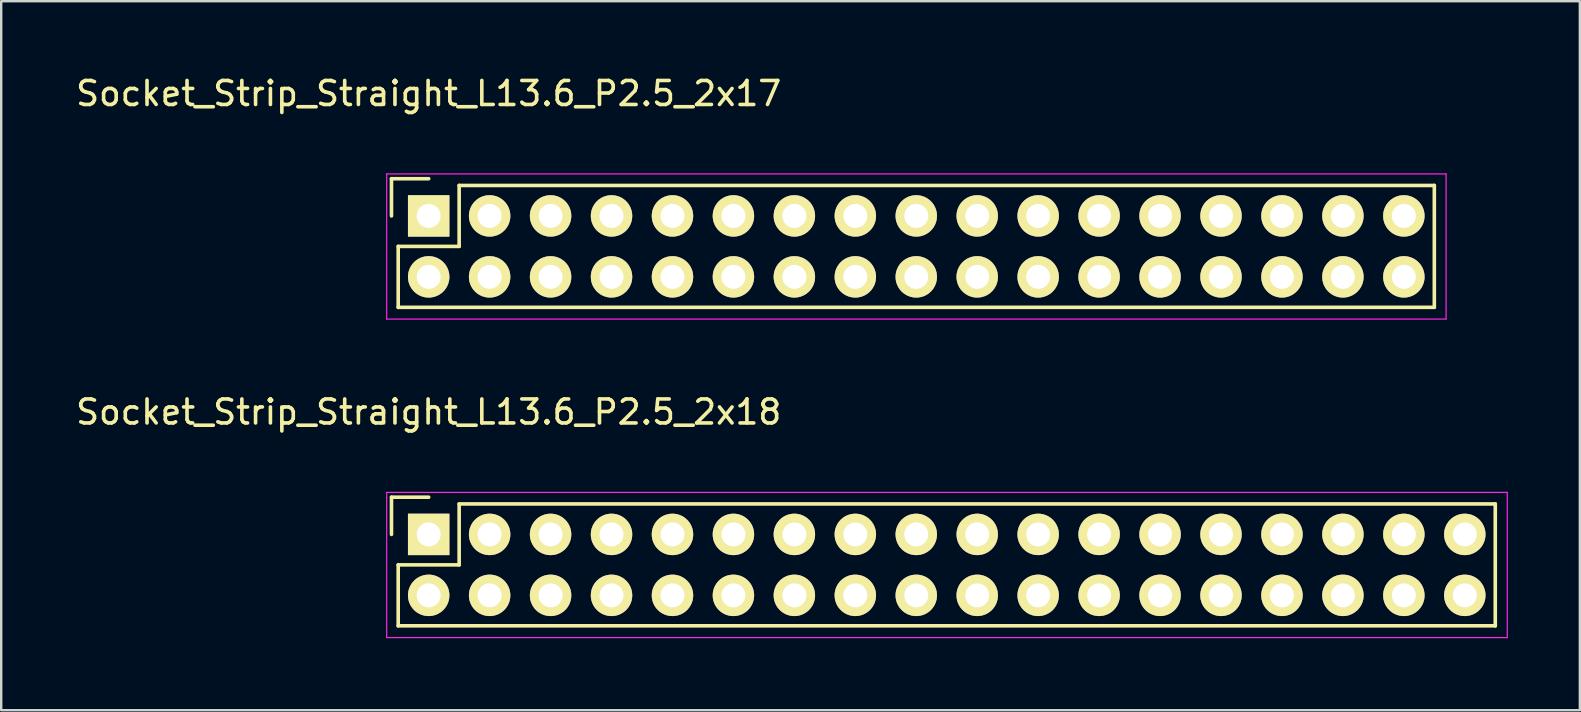
<source format=kicad_pcb>
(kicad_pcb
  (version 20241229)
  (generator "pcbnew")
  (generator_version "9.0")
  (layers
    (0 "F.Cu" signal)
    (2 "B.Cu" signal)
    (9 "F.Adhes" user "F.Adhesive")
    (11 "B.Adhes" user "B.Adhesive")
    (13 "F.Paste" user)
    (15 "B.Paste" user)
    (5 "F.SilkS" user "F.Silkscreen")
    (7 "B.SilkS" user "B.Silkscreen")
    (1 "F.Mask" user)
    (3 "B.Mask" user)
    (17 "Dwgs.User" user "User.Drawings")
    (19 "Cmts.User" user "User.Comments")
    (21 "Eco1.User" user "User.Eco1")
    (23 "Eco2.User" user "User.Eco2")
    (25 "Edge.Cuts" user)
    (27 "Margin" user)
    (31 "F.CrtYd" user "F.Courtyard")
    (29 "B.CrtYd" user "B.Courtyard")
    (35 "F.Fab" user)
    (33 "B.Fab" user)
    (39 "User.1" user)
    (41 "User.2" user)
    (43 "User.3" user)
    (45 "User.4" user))
  (footprint "Socket_Strip_Straight_L13.6_P2.5_2x18"
    (layer "F.Cu")
    (at 14.815 19.221)
    (property "Reference" "Socket_Strip_Straight_L13.6_P2.5_2x18" (at 0 -5.1 0) (layer "F.SilkS") (effects (font (size 1 1) (thickness 0.15))))
    (attr through_hole)
    (fp_line (start -1.55 -1.55) (end -1.55 0) (stroke (width 0.15) (type solid)) (layer "F.SilkS"))
    (fp_line (start -1.27 1.27) (end 1.27 1.27) (stroke (width 0.15) (type solid)) (layer "F.SilkS"))
    (fp_line (start -1.27 3.81) (end -1.27 1.27) (stroke (width 0.15) (type solid)) (layer "F.SilkS"))
    (fp_line (start -1.27 3.81) (end 44.45 3.81) (stroke (width 0.15) (type solid)) (layer "F.SilkS"))
    (fp_line (start 0 -1.55) (end -1.55 -1.55) (stroke (width 0.15) (type solid)) (layer "F.SilkS"))
    (fp_line (start 1.27 1.27) (end 1.27 -1.27) (stroke (width 0.15) (type solid)) (layer "F.SilkS"))
    (fp_line (start 44.45 -1.27) (end 1.27 -1.27) (stroke (width 0.15) (type solid)) (layer "F.SilkS"))
    (fp_line (start 44.45 3.81) (end 44.45 -1.27) (stroke (width 0.15) (type solid)) (layer "F.SilkS"))
    (fp_line (start -1.75 -1.75) (end -1.75 4.3) (stroke (width 0.05) (type solid)) (layer "F.CrtYd"))
    (fp_line (start -1.75 -1.75) (end 44.95 -1.75) (stroke (width 0.05) (type solid)) (layer "F.CrtYd"))
    (fp_line (start -1.75 4.3) (end 44.95 4.3) (stroke (width 0.05) (type solid)) (layer "F.CrtYd"))
    (fp_line (start 44.95 -1.75) (end 44.95 4.3) (stroke (width 0.05) (type solid)) (layer "F.CrtYd"))
    (pad "1" thru_hole rect (at 0 0) (size 1.727 1.727) (drill 1) (layers "*.Cu" "*.Mask" "F.SilkS"))
    (pad "2" thru_hole oval (at 0 2.54) (size 1.727 1.727) (drill 1) (layers "*.Cu" "*.Mask" "F.SilkS"))
    (pad "3" thru_hole oval (at 2.54 0) (size 1.727 1.727) (drill 1) (layers "*.Cu" "*.Mask" "F.SilkS"))
    (pad "4" thru_hole oval (at 2.54 2.54) (size 1.727 1.727) (drill 1) (layers "*.Cu" "*.Mask" "F.SilkS"))
    (pad "5" thru_hole oval (at 5.08 0) (size 1.727 1.727) (drill 1) (layers "*.Cu" "*.Mask" "F.SilkS"))
    (pad "6" thru_hole oval (at 5.08 2.54) (size 1.727 1.727) (drill 1) (layers "*.Cu" "*.Mask" "F.SilkS"))
    (pad "7" thru_hole oval (at 7.62 0) (size 1.727 1.727) (drill 1) (layers "*.Cu" "*.Mask" "F.SilkS"))
    (pad "8" thru_hole oval (at 7.62 2.54) (size 1.727 1.727) (drill 1) (layers "*.Cu" "*.Mask" "F.SilkS"))
    (pad "9" thru_hole oval (at 10.16 0) (size 1.727 1.727) (drill 1) (layers "*.Cu" "*.Mask" "F.SilkS"))
    (pad "10" thru_hole oval (at 10.16 2.54) (size 1.727 1.727) (drill 1) (layers "*.Cu" "*.Mask" "F.SilkS"))
    (pad "11" thru_hole oval (at 12.7 0) (size 1.727 1.727) (drill 1) (layers "*.Cu" "*.Mask" "F.SilkS"))
    (pad "12" thru_hole oval (at 12.7 2.54) (size 1.727 1.727) (drill 1) (layers "*.Cu" "*.Mask" "F.SilkS"))
    (pad "13" thru_hole oval (at 15.24 0) (size 1.727 1.727) (drill 1) (layers "*.Cu" "*.Mask" "F.SilkS"))
    (pad "14" thru_hole oval (at 15.24 2.54) (size 1.727 1.727) (drill 1) (layers "*.Cu" "*.Mask" "F.SilkS"))
    (pad "15" thru_hole oval (at 17.78 0) (size 1.727 1.727) (drill 1) (layers "*.Cu" "*.Mask" "F.SilkS"))
    (pad "16" thru_hole oval (at 17.78 2.54) (size 1.727 1.727) (drill 1) (layers "*.Cu" "*.Mask" "F.SilkS"))
    (pad "17" thru_hole oval (at 20.32 0) (size 1.727 1.727) (drill 1) (layers "*.Cu" "*.Mask" "F.SilkS"))
    (pad "18" thru_hole oval (at 20.32 2.54) (size 1.727 1.727) (drill 1) (layers "*.Cu" "*.Mask" "F.SilkS"))
    (pad "19" thru_hole oval (at 22.86 0) (size 1.727 1.727) (drill 1) (layers "*.Cu" "*.Mask" "F.SilkS"))
    (pad "20" thru_hole oval (at 22.86 2.54) (size 1.727 1.727) (drill 1) (layers "*.Cu" "*.Mask" "F.SilkS"))
    (pad "21" thru_hole oval (at 25.4 0) (size 1.727 1.727) (drill 1) (layers "*.Cu" "*.Mask" "F.SilkS"))
    (pad "22" thru_hole oval (at 25.4 2.54) (size 1.727 1.727) (drill 1) (layers "*.Cu" "*.Mask" "F.SilkS"))
    (pad "23" thru_hole oval (at 27.94 0) (size 1.727 1.727) (drill 1) (layers "*.Cu" "*.Mask" "F.SilkS"))
    (pad "24" thru_hole oval (at 27.94 2.54) (size 1.727 1.727) (drill 1) (layers "*.Cu" "*.Mask" "F.SilkS"))
    (pad "25" thru_hole oval (at 30.48 0) (size 1.727 1.727) (drill 1) (layers "*.Cu" "*.Mask" "F.SilkS"))
    (pad "26" thru_hole oval (at 30.48 2.54) (size 1.727 1.727) (drill 1) (layers "*.Cu" "*.Mask" "F.SilkS"))
    (pad "27" thru_hole oval (at 33.02 0) (size 1.727 1.727) (drill 1) (layers "*.Cu" "*.Mask" "F.SilkS"))
    (pad "28" thru_hole oval (at 33.02 2.54) (size 1.727 1.727) (drill 1) (layers "*.Cu" "*.Mask" "F.SilkS"))
    (pad "29" thru_hole oval (at 35.56 0) (size 1.727 1.727) (drill 1) (layers "*.Cu" "*.Mask" "F.SilkS"))
    (pad "30" thru_hole oval (at 35.56 2.54) (size 1.727 1.727) (drill 1) (layers "*.Cu" "*.Mask" "F.SilkS"))
    (pad "31" thru_hole oval (at 38.1 0) (size 1.727 1.727) (drill 1) (layers "*.Cu" "*.Mask" "F.SilkS"))
    (pad "32" thru_hole oval (at 38.1 2.54) (size 1.727 1.727) (drill 1) (layers "*.Cu" "*.Mask" "F.SilkS"))
    (pad "33" thru_hole oval (at 40.64 0) (size 1.727 1.727) (drill 1) (layers "*.Cu" "*.Mask" "F.SilkS"))
    (pad "34" thru_hole oval (at 40.64 2.54) (size 1.727 1.727) (drill 1) (layers "*.Cu" "*.Mask" "F.SilkS"))
    (pad "35" thru_hole oval (at 43.18 0) (size 1.727 1.727) (drill 1) (layers "*.Cu" "*.Mask" "F.SilkS"))
    (pad "36" thru_hole oval (at 43.18 2.54) (size 1.727 1.727) (drill 1) (layers "*.Cu" "*.Mask" "F.SilkS")))
  (footprint "Socket_Strip_Straight_L13.6_P2.5_2x17"
    (layer "F.Cu")
    (at 14.815 5.948)
    (property "Reference" "Socket_Strip_Straight_L13.6_P2.5_2x17" (at 0 -5.1 0) (layer "F.SilkS") (effects (font (size 1 1) (thickness 0.15))))
    (attr through_hole)
    (fp_line (start -1.55 -1.55) (end -1.55 0) (stroke (width 0.15) (type solid)) (layer "F.SilkS"))
    (fp_line (start -1.27 1.27) (end 1.27 1.27) (stroke (width 0.15) (type solid)) (layer "F.SilkS"))
    (fp_line (start -1.27 3.81) (end -1.27 1.27) (stroke (width 0.15) (type solid)) (layer "F.SilkS"))
    (fp_line (start 0 -1.55) (end -1.55 -1.55) (stroke (width 0.15) (type solid)) (layer "F.SilkS"))
    (fp_line (start 1.27 -1.27) (end 41.91 -1.27) (stroke (width 0.15) (type solid)) (layer "F.SilkS"))
    (fp_line (start 1.27 1.27) (end 1.27 -1.27) (stroke (width 0.15) (type solid)) (layer "F.SilkS"))
    (fp_line (start 41.91 3.81) (end -1.27 3.81) (stroke (width 0.15) (type solid)) (layer "F.SilkS"))
    (fp_line (start 41.91 3.81) (end 41.91 -1.27) (stroke (width 0.15) (type solid)) (layer "F.SilkS"))
    (fp_line (start -1.75 -1.75) (end -1.75 4.3) (stroke (width 0.05) (type solid)) (layer "F.CrtYd"))
    (fp_line (start -1.75 -1.75) (end 42.4 -1.75) (stroke (width 0.05) (type solid)) (layer "F.CrtYd"))
    (fp_line (start -1.75 4.3) (end 42.4 4.3) (stroke (width 0.05) (type solid)) (layer "F.CrtYd"))
    (fp_line (start 42.4 -1.75) (end 42.4 4.3) (stroke (width 0.05) (type solid)) (layer "F.CrtYd"))
    (pad "1" thru_hole rect (at 0 0) (size 1.727 1.727) (drill 1) (layers "*.Cu" "*.Mask" "F.SilkS"))
    (pad "2" thru_hole oval (at 0 2.54) (size 1.727 1.727) (drill 1) (layers "*.Cu" "*.Mask" "F.SilkS"))
    (pad "3" thru_hole oval (at 2.54 0) (size 1.727 1.727) (drill 1) (layers "*.Cu" "*.Mask" "F.SilkS"))
    (pad "4" thru_hole oval (at 2.54 2.54) (size 1.727 1.727) (drill 1) (layers "*.Cu" "*.Mask" "F.SilkS"))
    (pad "5" thru_hole oval (at 5.08 0) (size 1.727 1.727) (drill 1) (layers "*.Cu" "*.Mask" "F.SilkS"))
    (pad "6" thru_hole oval (at 5.08 2.54) (size 1.727 1.727) (drill 1) (layers "*.Cu" "*.Mask" "F.SilkS"))
    (pad "7" thru_hole oval (at 7.62 0) (size 1.727 1.727) (drill 1) (layers "*.Cu" "*.Mask" "F.SilkS"))
    (pad "8" thru_hole oval (at 7.62 2.54) (size 1.727 1.727) (drill 1) (layers "*.Cu" "*.Mask" "F.SilkS"))
    (pad "9" thru_hole oval (at 10.16 0) (size 1.727 1.727) (drill 1) (layers "*.Cu" "*.Mask" "F.SilkS"))
    (pad "10" thru_hole oval (at 10.16 2.54) (size 1.727 1.727) (drill 1) (layers "*.Cu" "*.Mask" "F.SilkS"))
    (pad "11" thru_hole oval (at 12.7 0) (size 1.727 1.727) (drill 1) (layers "*.Cu" "*.Mask" "F.SilkS"))
    (pad "12" thru_hole oval (at 12.7 2.54) (size 1.727 1.727) (drill 1) (layers "*.Cu" "*.Mask" "F.SilkS"))
    (pad "13" thru_hole oval (at 15.24 0) (size 1.727 1.727) (drill 1) (layers "*.Cu" "*.Mask" "F.SilkS"))
    (pad "14" thru_hole oval (at 15.24 2.54) (size 1.727 1.727) (drill 1) (layers "*.Cu" "*.Mask" "F.SilkS"))
    (pad "15" thru_hole oval (at 17.78 0) (size 1.727 1.727) (drill 1) (layers "*.Cu" "*.Mask" "F.SilkS"))
    (pad "16" thru_hole oval (at 17.78 2.54) (size 1.727 1.727) (drill 1) (layers "*.Cu" "*.Mask" "F.SilkS"))
    (pad "17" thru_hole oval (at 20.32 0) (size 1.727 1.727) (drill 1) (layers "*.Cu" "*.Mask" "F.SilkS"))
    (pad "18" thru_hole oval (at 20.32 2.54) (size 1.727 1.727) (drill 1) (layers "*.Cu" "*.Mask" "F.SilkS"))
    (pad "19" thru_hole oval (at 22.86 0) (size 1.727 1.727) (drill 1) (layers "*.Cu" "*.Mask" "F.SilkS"))
    (pad "20" thru_hole oval (at 22.86 2.54) (size 1.727 1.727) (drill 1) (layers "*.Cu" "*.Mask" "F.SilkS"))
    (pad "21" thru_hole oval (at 25.4 0) (size 1.727 1.727) (drill 1) (layers "*.Cu" "*.Mask" "F.SilkS"))
    (pad "22" thru_hole oval (at 25.4 2.54) (size 1.727 1.727) (drill 1) (layers "*.Cu" "*.Mask" "F.SilkS"))
    (pad "23" thru_hole oval (at 27.94 0) (size 1.727 1.727) (drill 1) (layers "*.Cu" "*.Mask" "F.SilkS"))
    (pad "24" thru_hole oval (at 27.94 2.54) (size 1.727 1.727) (drill 1) (layers "*.Cu" "*.Mask" "F.SilkS"))
    (pad "25" thru_hole oval (at 30.48 0) (size 1.727 1.727) (drill 1) (layers "*.Cu" "*.Mask" "F.SilkS"))
    (pad "26" thru_hole oval (at 30.48 2.54) (size 1.727 1.727) (drill 1) (layers "*.Cu" "*.Mask" "F.SilkS"))
    (pad "27" thru_hole oval (at 33.02 0) (size 1.727 1.727) (drill 1) (layers "*.Cu" "*.Mask" "F.SilkS"))
    (pad "28" thru_hole oval (at 33.02 2.54) (size 1.727 1.727) (drill 1) (layers "*.Cu" "*.Mask" "F.SilkS"))
    (pad "29" thru_hole oval (at 35.56 0) (size 1.727 1.727) (drill 1) (layers "*.Cu" "*.Mask" "F.SilkS"))
    (pad "30" thru_hole oval (at 35.56 2.54) (size 1.727 1.727) (drill 1) (layers "*.Cu" "*.Mask" "F.SilkS"))
    (pad "31" thru_hole oval (at 38.1 0) (size 1.727 1.727) (drill 1) (layers "*.Cu" "*.Mask" "F.SilkS"))
    (pad "32" thru_hole oval (at 38.1 2.54) (size 1.727 1.727) (drill 1) (layers "*.Cu" "*.Mask" "F.SilkS"))
    (pad "33" thru_hole oval (at 40.64 0) (size 1.727 1.727) (drill 1) (layers "*.Cu" "*.Mask" "F.SilkS"))
    (pad "34" thru_hole oval (at 40.64 2.54) (size 1.727 1.727) (drill 1) (layers "*.Cu" "*.Mask" "F.SilkS")))
  (gr_rect
    (start -3 -3)
    (end 62.79 26.547)
    (stroke (width 0.1) (type default))
    (fill no)
    (layer "Edge.Cuts")))
</source>
